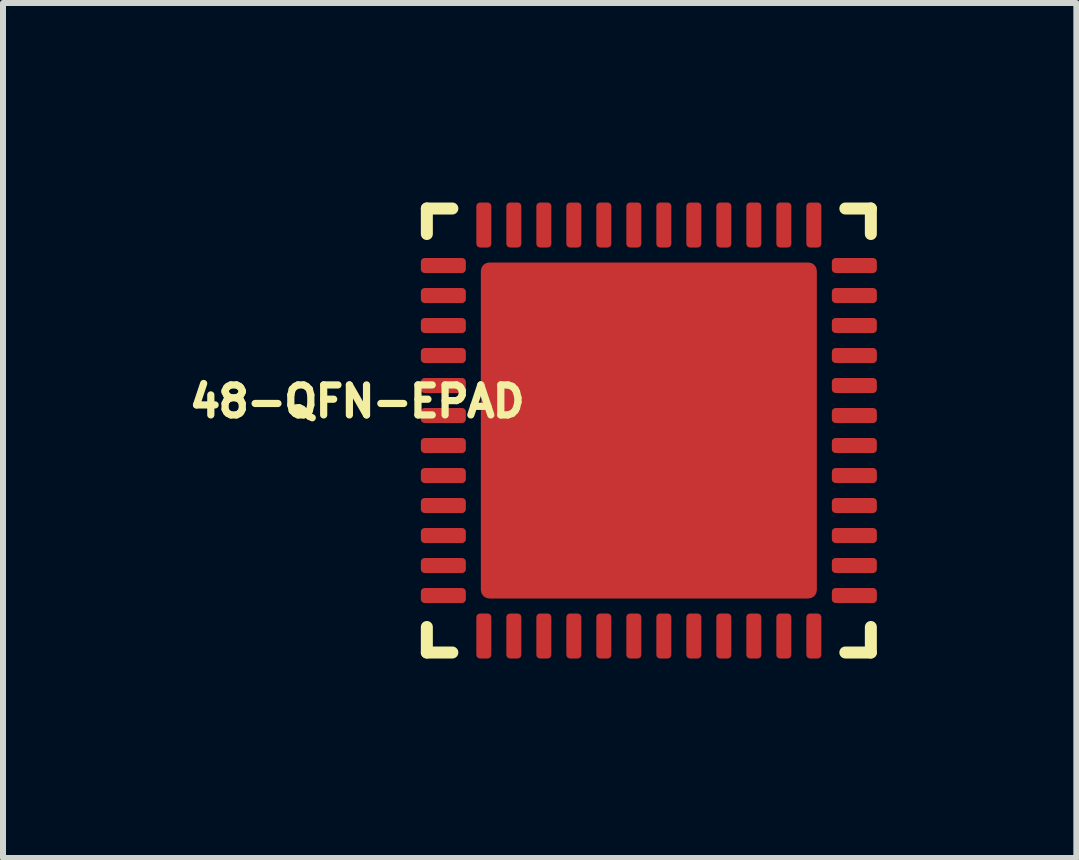
<source format=kicad_pcb>
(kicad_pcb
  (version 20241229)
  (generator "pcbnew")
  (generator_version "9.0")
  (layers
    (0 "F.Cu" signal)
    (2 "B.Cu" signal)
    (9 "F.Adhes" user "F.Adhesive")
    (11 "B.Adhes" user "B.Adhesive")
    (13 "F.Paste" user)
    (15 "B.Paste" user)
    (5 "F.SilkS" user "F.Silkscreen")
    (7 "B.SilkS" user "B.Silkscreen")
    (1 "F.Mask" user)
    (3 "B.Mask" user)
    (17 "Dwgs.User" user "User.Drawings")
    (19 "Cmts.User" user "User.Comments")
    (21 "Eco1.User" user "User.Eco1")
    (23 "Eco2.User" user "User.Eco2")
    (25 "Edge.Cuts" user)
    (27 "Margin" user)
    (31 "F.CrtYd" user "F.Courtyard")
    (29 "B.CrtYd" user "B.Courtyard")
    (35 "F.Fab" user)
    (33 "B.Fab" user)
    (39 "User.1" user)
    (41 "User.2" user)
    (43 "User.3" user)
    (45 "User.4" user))
  (footprint "48-QFN-EPAD"
    (layer "F.Cu")
    (at 7.764 4.125)
    (property "Reference" "48-QFN-EPAD" (at -4.86 -0.485 0) (unlocked yes) (layer "F.SilkS") (effects (font (size 0.5 0.5) (thickness 0.12))))
    (fp_line (start -3.7 -3.7) (end -3.275 -3.7) (stroke (width 0.2) (type solid)) (layer "F.SilkS"))
    (fp_line (start -3.7 -3.275) (end -3.7 -3.7) (stroke (width 0.2) (type solid)) (layer "F.SilkS"))
    (fp_line (start -3.7 3.7) (end -3.7 3.275) (stroke (width 0.2) (type solid)) (layer "F.SilkS"))
    (fp_line (start -3.7 3.7) (end -3.275 3.7) (stroke (width 0.2) (type solid)) (layer "F.SilkS"))
    (fp_line (start 3.275 -3.7) (end 3.7 -3.7) (stroke (width 0.2) (type solid)) (layer "F.SilkS"))
    (fp_line (start 3.275 3.7) (end 3.7 3.7) (stroke (width 0.2) (type solid)) (layer "F.SilkS"))
    (fp_line (start 3.7 -3.275) (end 3.7 -3.7) (stroke (width 0.2) (type solid)) (layer "F.SilkS"))
    (fp_line (start 3.7 3.7) (end 3.7 3.275) (stroke (width 0.2) (type solid)) (layer "F.SilkS"))
    (fp_line (start -4.1 -4.1) (end 4.1 -4.1) (stroke (width 0.05) (type solid)) (layer "User.2"))
    (fp_line (start -4.1 4.1) (end -4.1 -4.1) (stroke (width 0.05) (type solid)) (layer "User.2"))
    (fp_line (start -4.1 4.1) (end 4.1 4.1) (stroke (width 0.05) (type solid)) (layer "User.2"))
    (fp_line (start -0.5 0) (end 0.5 0) (stroke (width 0.1) (type solid)) (layer "User.2"))
    (fp_line (start 0 0.5) (end 0 -0.5) (stroke (width 0.1) (type solid)) (layer "User.2"))
    (fp_line (start 4.1 4.1) (end 4.1 -4.1) (stroke (width 0.05) (type solid)) (layer "User.2"))
    (fp_line (start -3.55 -3.55) (end 3.55 -3.55) (stroke (width 0.1) (type solid)) (layer "User.9"))
    (fp_line (start -3.55 3.55) (end -3.55 -3.55) (stroke (width 0.1) (type solid)) (layer "User.9"))
    (fp_line (start -3.55 3.55) (end 3.55 3.55) (stroke (width 0.1) (type solid)) (layer "User.9"))
    (fp_line (start 3.55 3.55) (end 3.55 -3.55) (stroke (width 0.1) (type solid)) (layer "User.9"))
    (fp_circle (center -2.65 -2.65) (end -2.65 -3.15) (stroke (width 0.1) (type solid)) (fill no) (layer "User.9"))
    (pad "1" smd roundrect (at -3.425 -2.75 90) (size 0.25 0.75) (layers "F.Cu" "F.Mask" "F.Paste") (roundrect_rratio 0.25))
    (pad "2" smd roundrect (at -3.425 -2.25 90) (size 0.25 0.75) (layers "F.Cu" "F.Mask" "F.Paste") (roundrect_rratio 0.25))
    (pad "3" smd roundrect (at -3.425 -1.75 90) (size 0.25 0.75) (layers "F.Cu" "F.Mask" "F.Paste") (roundrect_rratio 0.25))
    (pad "4" smd roundrect (at -3.425 -1.25 90) (size 0.25 0.75) (layers "F.Cu" "F.Mask" "F.Paste") (roundrect_rratio 0.25))
    (pad "5" smd roundrect (at -3.425 -0.75 90) (size 0.25 0.75) (layers "F.Cu" "F.Mask" "F.Paste") (roundrect_rratio 0.25))
    (pad "6" smd roundrect (at -3.425 -0.25 90) (size 0.25 0.75) (layers "F.Cu" "F.Mask" "F.Paste") (roundrect_rratio 0.25))
    (pad "7" smd roundrect (at -3.425 0.25 90) (size 0.25 0.75) (layers "F.Cu" "F.Mask" "F.Paste") (roundrect_rratio 0.25))
    (pad "8" smd roundrect (at -3.425 0.75 90) (size 0.25 0.75) (layers "F.Cu" "F.Mask" "F.Paste") (roundrect_rratio 0.25))
    (pad "9" smd roundrect (at -3.425 1.25 90) (size 0.25 0.75) (layers "F.Cu" "F.Mask" "F.Paste") (roundrect_rratio 0.25))
    (pad "10" smd roundrect (at -3.425 1.75 90) (size 0.25 0.75) (layers "F.Cu" "F.Mask" "F.Paste") (roundrect_rratio 0.25))
    (pad "11" smd roundrect (at -3.425 2.25 90) (size 0.25 0.75) (layers "F.Cu" "F.Mask" "F.Paste") (roundrect_rratio 0.25))
    (pad "12" smd roundrect (at -3.425 2.75 90) (size 0.25 0.75) (layers "F.Cu" "F.Mask" "F.Paste") (roundrect_rratio 0.25))
    (pad "13" smd roundrect (at -2.75 3.425) (size 0.25 0.75) (layers "F.Cu" "F.Mask" "F.Paste") (roundrect_rratio 0.25))
    (pad "14" smd roundrect (at -2.25 3.425) (size 0.25 0.75) (layers "F.Cu" "F.Mask" "F.Paste") (roundrect_rratio 0.25))
    (pad "15" smd roundrect (at -1.75 3.425) (size 0.25 0.75) (layers "F.Cu" "F.Mask" "F.Paste") (roundrect_rratio 0.25))
    (pad "16" smd roundrect (at -1.25 3.425) (size 0.25 0.75) (layers "F.Cu" "F.Mask" "F.Paste") (roundrect_rratio 0.25))
    (pad "17" smd roundrect (at -0.75 3.425) (size 0.25 0.75) (layers "F.Cu" "F.Mask" "F.Paste") (roundrect_rratio 0.25))
    (pad "18" smd roundrect (at -0.25 3.425) (size 0.25 0.75) (layers "F.Cu" "F.Mask" "F.Paste") (roundrect_rratio 0.25))
    (pad "19" smd roundrect (at 0.25 3.425) (size 0.25 0.75) (layers "F.Cu" "F.Mask" "F.Paste") (roundrect_rratio 0.25))
    (pad "20" smd roundrect (at 0.75 3.425) (size 0.25 0.75) (layers "F.Cu" "F.Mask" "F.Paste") (roundrect_rratio 0.25))
    (pad "21" smd roundrect (at 1.25 3.425) (size 0.25 0.75) (layers "F.Cu" "F.Mask" "F.Paste") (roundrect_rratio 0.25))
    (pad "22" smd roundrect (at 1.75 3.425) (size 0.25 0.75) (layers "F.Cu" "F.Mask" "F.Paste") (roundrect_rratio 0.25))
    (pad "23" smd roundrect (at 2.25 3.425) (size 0.25 0.75) (layers "F.Cu" "F.Mask" "F.Paste") (roundrect_rratio 0.25))
    (pad "24" smd roundrect (at 2.75 3.425) (size 0.25 0.75) (layers "F.Cu" "F.Mask" "F.Paste") (roundrect_rratio 0.25))
    (pad "25" smd roundrect (at 3.425 2.75 90) (size 0.25 0.75) (layers "F.Cu" "F.Mask" "F.Paste") (roundrect_rratio 0.25))
    (pad "26" smd roundrect (at 3.425 2.25 90) (size 0.25 0.75) (layers "F.Cu" "F.Mask" "F.Paste") (roundrect_rratio 0.25))
    (pad "27" smd roundrect (at 3.425 1.75 90) (size 0.25 0.75) (layers "F.Cu" "F.Mask" "F.Paste") (roundrect_rratio 0.25))
    (pad "28" smd roundrect (at 3.425 1.25 90) (size 0.25 0.75) (layers "F.Cu" "F.Mask" "F.Paste") (roundrect_rratio 0.25))
    (pad "29" smd roundrect (at 3.425 0.75 90) (size 0.25 0.75) (layers "F.Cu" "F.Mask" "F.Paste") (roundrect_rratio 0.25))
    (pad "30" smd roundrect (at 3.425 0.25 90) (size 0.25 0.75) (layers "F.Cu" "F.Mask" "F.Paste") (roundrect_rratio 0.25))
    (pad "31" smd roundrect (at 3.425 -0.25 90) (size 0.25 0.75) (layers "F.Cu" "F.Mask" "F.Paste") (roundrect_rratio 0.25))
    (pad "32" smd roundrect (at 3.425 -0.75 90) (size 0.25 0.75) (layers "F.Cu" "F.Mask" "F.Paste") (roundrect_rratio 0.25))
    (pad "33" smd roundrect (at 3.425 -1.25 90) (size 0.25 0.75) (layers "F.Cu" "F.Mask" "F.Paste") (roundrect_rratio 0.25))
    (pad "34" smd roundrect (at 3.425 -1.75 90) (size 0.25 0.75) (layers "F.Cu" "F.Mask" "F.Paste") (roundrect_rratio 0.25))
    (pad "35" smd roundrect (at 3.425 -2.25 90) (size 0.25 0.75) (layers "F.Cu" "F.Mask" "F.Paste") (roundrect_rratio 0.25))
    (pad "36" smd roundrect (at 3.425 -2.75 90) (size 0.25 0.75) (layers "F.Cu" "F.Mask" "F.Paste") (roundrect_rratio 0.25))
    (pad "37" smd roundrect (at 2.75 -3.425) (size 0.25 0.75) (layers "F.Cu" "F.Mask" "F.Paste") (roundrect_rratio 0.25))
    (pad "38" smd roundrect (at 2.25 -3.425) (size 0.25 0.75) (layers "F.Cu" "F.Mask" "F.Paste") (roundrect_rratio 0.25))
    (pad "39" smd roundrect (at 1.75 -3.425) (size 0.25 0.75) (layers "F.Cu" "F.Mask" "F.Paste") (roundrect_rratio 0.25))
    (pad "40" smd roundrect (at 1.25 -3.425) (size 0.25 0.75) (layers "F.Cu" "F.Mask" "F.Paste") (roundrect_rratio 0.25))
    (pad "41" smd roundrect (at 0.75 -3.425) (size 0.25 0.75) (layers "F.Cu" "F.Mask" "F.Paste") (roundrect_rratio 0.25))
    (pad "42" smd roundrect (at 0.25 -3.425) (size 0.25 0.75) (layers "F.Cu" "F.Mask" "F.Paste") (roundrect_rratio 0.25))
    (pad "43" smd roundrect (at -0.25 -3.425) (size 0.25 0.75) (layers "F.Cu" "F.Mask" "F.Paste") (roundrect_rratio 0.25))
    (pad "44" smd roundrect (at -0.75 -3.425) (size 0.25 0.75) (layers "F.Cu" "F.Mask" "F.Paste") (roundrect_rratio 0.25))
    (pad "45" smd roundrect (at -1.25 -3.425) (size 0.25 0.75) (layers "F.Cu" "F.Mask" "F.Paste") (roundrect_rratio 0.25))
    (pad "46" smd roundrect (at -1.75 -3.425) (size 0.25 0.75) (layers "F.Cu" "F.Mask" "F.Paste") (roundrect_rratio 0.25))
    (pad "47" smd roundrect (at -2.25 -3.425) (size 0.25 0.75) (layers "F.Cu" "F.Mask" "F.Paste") (roundrect_rratio 0.25))
    (pad "48" smd roundrect (at -2.75 -3.425) (size 0.25 0.75) (layers "F.Cu" "F.Mask" "F.Paste") (roundrect_rratio 0.25))
    (pad "49" smd roundrect (at 0 0) (size 5.6 5.6) (layers "F.Cu" "F.Mask" "F.Paste") (roundrect_rratio 0.025)))
  (gr_rect
    (start -3 -3)
    (end 14.889 11.25)
    (stroke (width 0.1) (type default))
    (fill no)
    (layer "Edge.Cuts")))
</source>
